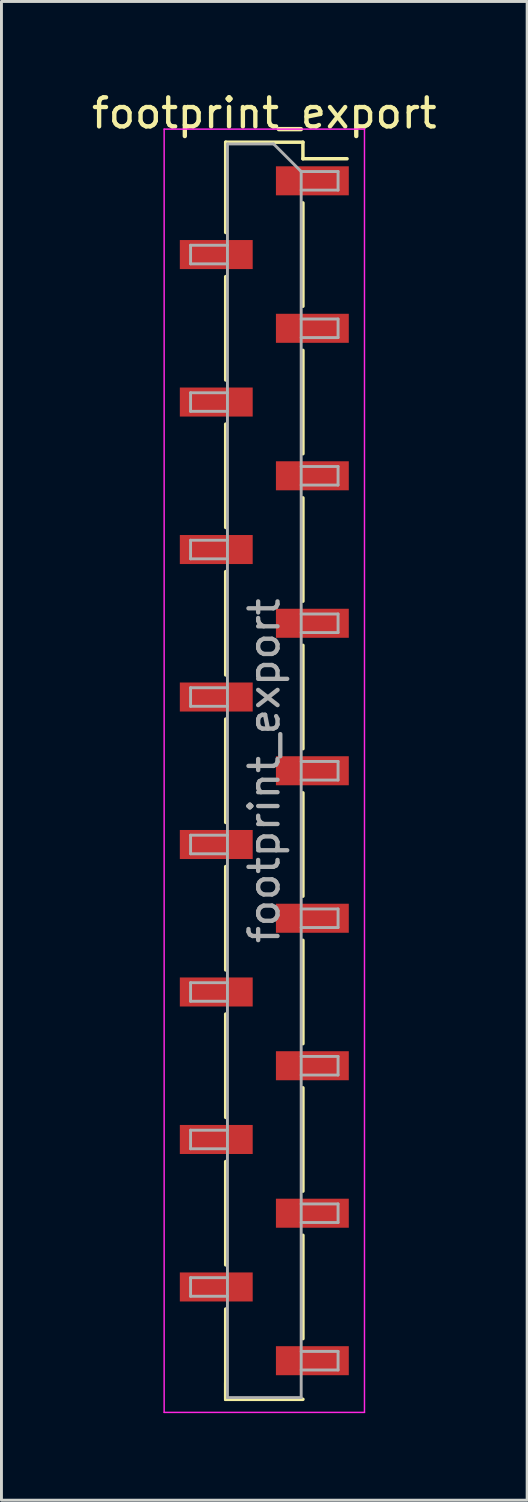
<source format=kicad_pcb>
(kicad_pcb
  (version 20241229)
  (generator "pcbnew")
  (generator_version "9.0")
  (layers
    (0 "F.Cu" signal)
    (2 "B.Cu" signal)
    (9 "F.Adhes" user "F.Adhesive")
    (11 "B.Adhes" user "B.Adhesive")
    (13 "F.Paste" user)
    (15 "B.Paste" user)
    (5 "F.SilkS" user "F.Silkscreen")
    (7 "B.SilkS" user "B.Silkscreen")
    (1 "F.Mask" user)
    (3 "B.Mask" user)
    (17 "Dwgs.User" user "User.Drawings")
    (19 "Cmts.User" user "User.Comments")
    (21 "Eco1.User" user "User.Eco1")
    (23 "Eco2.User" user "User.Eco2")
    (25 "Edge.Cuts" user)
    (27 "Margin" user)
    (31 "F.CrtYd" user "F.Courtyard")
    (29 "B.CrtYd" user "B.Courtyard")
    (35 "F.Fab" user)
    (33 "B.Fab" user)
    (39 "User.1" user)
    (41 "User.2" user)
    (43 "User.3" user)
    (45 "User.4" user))
  (footprint "footprint_export"
    (layer "F.Cu")
    (at 6.054 23.498)
    (property "Reference" "footprint_export" (at 0 -22.65 0) (layer "F.SilkS") (effects (font (size 1 1) (thickness 0.15))))
    (attr smd)
    (fp_line (start -1.33 -21.65) (end -1.33 -18.54) (stroke (width 0.12) (type solid)) (layer "F.SilkS"))
    (fp_line (start -1.33 -21.65) (end 1.33 -21.65) (stroke (width 0.12) (type solid)) (layer "F.SilkS"))
    (fp_line (start -1.33 -17.02) (end -1.33 -13.46) (stroke (width 0.12) (type solid)) (layer "F.SilkS"))
    (fp_line (start -1.33 -11.94) (end -1.33 -8.38) (stroke (width 0.12) (type solid)) (layer "F.SilkS"))
    (fp_line (start -1.33 -6.86) (end -1.33 -3.3) (stroke (width 0.12) (type solid)) (layer "F.SilkS"))
    (fp_line (start -1.33 -1.78) (end -1.33 1.78) (stroke (width 0.12) (type solid)) (layer "F.SilkS"))
    (fp_line (start -1.33 3.3) (end -1.33 6.86) (stroke (width 0.12) (type solid)) (layer "F.SilkS"))
    (fp_line (start -1.33 8.38) (end -1.33 11.94) (stroke (width 0.12) (type solid)) (layer "F.SilkS"))
    (fp_line (start -1.33 13.46) (end -1.33 17.02) (stroke (width 0.12) (type solid)) (layer "F.SilkS"))
    (fp_line (start -1.33 18.54) (end -1.33 21.65) (stroke (width 0.12) (type solid)) (layer "F.SilkS"))
    (fp_line (start -1.33 21.08) (end -1.33 21.65) (stroke (width 0.12) (type solid)) (layer "F.SilkS"))
    (fp_line (start -1.33 21.65) (end 1.33 21.65) (stroke (width 0.12) (type solid)) (layer "F.SilkS"))
    (fp_line (start 1.33 -21.65) (end 1.33 -21.08) (stroke (width 0.12) (type solid)) (layer "F.SilkS"))
    (fp_line (start 1.33 -21.08) (end 2.85 -21.08) (stroke (width 0.12) (type solid)) (layer "F.SilkS"))
    (fp_line (start 1.33 -19.56) (end 1.33 -16) (stroke (width 0.12) (type solid)) (layer "F.SilkS"))
    (fp_line (start 1.33 -14.48) (end 1.33 -10.92) (stroke (width 0.12) (type solid)) (layer "F.SilkS"))
    (fp_line (start 1.33 -9.4) (end 1.33 -5.84) (stroke (width 0.12) (type solid)) (layer "F.SilkS"))
    (fp_line (start 1.33 -4.32) (end 1.33 -0.76) (stroke (width 0.12) (type solid)) (layer "F.SilkS"))
    (fp_line (start 1.33 0.76) (end 1.33 4.32) (stroke (width 0.12) (type solid)) (layer "F.SilkS"))
    (fp_line (start 1.33 5.84) (end 1.33 9.4) (stroke (width 0.12) (type solid)) (layer "F.SilkS"))
    (fp_line (start 1.33 10.92) (end 1.33 14.48) (stroke (width 0.12) (type solid)) (layer "F.SilkS"))
    (fp_line (start 1.33 16) (end 1.33 19.56) (stroke (width 0.12) (type solid)) (layer "F.SilkS"))
    (fp_line (start -3.45 -22.1) (end -3.45 22.1) (stroke (width 0.05) (type solid)) (layer "F.CrtYd"))
    (fp_line (start -3.45 22.1) (end 3.45 22.1) (stroke (width 0.05) (type solid)) (layer "F.CrtYd"))
    (fp_line (start 3.45 -22.1) (end -3.45 -22.1) (stroke (width 0.05) (type solid)) (layer "F.CrtYd"))
    (fp_line (start 3.45 22.1) (end 3.45 -22.1) (stroke (width 0.05) (type solid)) (layer "F.CrtYd"))
    (fp_line (start -2.54 -18.1) (end -2.54 -17.46) (stroke (width 0.1) (type solid)) (layer "F.Fab"))
    (fp_line (start -2.54 -17.46) (end -1.27 -17.46) (stroke (width 0.1) (type solid)) (layer "F.Fab"))
    (fp_line (start -2.54 -13.02) (end -2.54 -12.38) (stroke (width 0.1) (type solid)) (layer "F.Fab"))
    (fp_line (start -2.54 -12.38) (end -1.27 -12.38) (stroke (width 0.1) (type solid)) (layer "F.Fab"))
    (fp_line (start -2.54 -7.94) (end -2.54 -7.3) (stroke (width 0.1) (type solid)) (layer "F.Fab"))
    (fp_line (start -2.54 -7.3) (end -1.27 -7.3) (stroke (width 0.1) (type solid)) (layer "F.Fab"))
    (fp_line (start -2.54 -2.86) (end -2.54 -2.22) (stroke (width 0.1) (type solid)) (layer "F.Fab"))
    (fp_line (start -2.54 -2.22) (end -1.27 -2.22) (stroke (width 0.1) (type solid)) (layer "F.Fab"))
    (fp_line (start -2.54 2.22) (end -2.54 2.86) (stroke (width 0.1) (type solid)) (layer "F.Fab"))
    (fp_line (start -2.54 2.86) (end -1.27 2.86) (stroke (width 0.1) (type solid)) (layer "F.Fab"))
    (fp_line (start -2.54 7.3) (end -2.54 7.94) (stroke (width 0.1) (type solid)) (layer "F.Fab"))
    (fp_line (start -2.54 7.94) (end -1.27 7.94) (stroke (width 0.1) (type solid)) (layer "F.Fab"))
    (fp_line (start -2.54 12.38) (end -2.54 13.02) (stroke (width 0.1) (type solid)) (layer "F.Fab"))
    (fp_line (start -2.54 13.02) (end -1.27 13.02) (stroke (width 0.1) (type solid)) (layer "F.Fab"))
    (fp_line (start -2.54 17.46) (end -2.54 18.1) (stroke (width 0.1) (type solid)) (layer "F.Fab"))
    (fp_line (start -2.54 18.1) (end -1.27 18.1) (stroke (width 0.1) (type solid)) (layer "F.Fab"))
    (fp_line (start -1.27 -21.59) (end -1.27 21.59) (stroke (width 0.1) (type solid)) (layer "F.Fab"))
    (fp_line (start -1.27 -21.59) (end 0.32 -21.59) (stroke (width 0.1) (type solid)) (layer "F.Fab"))
    (fp_line (start -1.27 -18.1) (end -2.54 -18.1) (stroke (width 0.1) (type solid)) (layer "F.Fab"))
    (fp_line (start -1.27 -13.02) (end -2.54 -13.02) (stroke (width 0.1) (type solid)) (layer "F.Fab"))
    (fp_line (start -1.27 -7.94) (end -2.54 -7.94) (stroke (width 0.1) (type solid)) (layer "F.Fab"))
    (fp_line (start -1.27 -2.86) (end -2.54 -2.86) (stroke (width 0.1) (type solid)) (layer "F.Fab"))
    (fp_line (start -1.27 2.22) (end -2.54 2.22) (stroke (width 0.1) (type solid)) (layer "F.Fab"))
    (fp_line (start -1.27 7.3) (end -2.54 7.3) (stroke (width 0.1) (type solid)) (layer "F.Fab"))
    (fp_line (start -1.27 12.38) (end -2.54 12.38) (stroke (width 0.1) (type solid)) (layer "F.Fab"))
    (fp_line (start -1.27 17.46) (end -2.54 17.46) (stroke (width 0.1) (type solid)) (layer "F.Fab"))
    (fp_line (start 1.27 -20.64) (end 0.32 -21.59) (stroke (width 0.1) (type solid)) (layer "F.Fab"))
    (fp_line (start 1.27 -20.64) (end 2.54 -20.64) (stroke (width 0.1) (type solid)) (layer "F.Fab"))
    (fp_line (start 1.27 -15.56) (end 2.54 -15.56) (stroke (width 0.1) (type solid)) (layer "F.Fab"))
    (fp_line (start 1.27 -10.48) (end 2.54 -10.48) (stroke (width 0.1) (type solid)) (layer "F.Fab"))
    (fp_line (start 1.27 -5.4) (end 2.54 -5.4) (stroke (width 0.1) (type solid)) (layer "F.Fab"))
    (fp_line (start 1.27 -0.32) (end 2.54 -0.32) (stroke (width 0.1) (type solid)) (layer "F.Fab"))
    (fp_line (start 1.27 4.76) (end 2.54 4.76) (stroke (width 0.1) (type solid)) (layer "F.Fab"))
    (fp_line (start 1.27 9.84) (end 2.54 9.84) (stroke (width 0.1) (type solid)) (layer "F.Fab"))
    (fp_line (start 1.27 14.92) (end 2.54 14.92) (stroke (width 0.1) (type solid)) (layer "F.Fab"))
    (fp_line (start 1.27 20) (end 2.54 20) (stroke (width 0.1) (type solid)) (layer "F.Fab"))
    (fp_line (start 1.27 21.59) (end -1.27 21.59) (stroke (width 0.1) (type solid)) (layer "F.Fab"))
    (fp_line (start 1.27 21.59) (end 1.27 -20.64) (stroke (width 0.1) (type solid)) (layer "F.Fab"))
    (fp_line (start 2.54 -20.64) (end 2.54 -20) (stroke (width 0.1) (type solid)) (layer "F.Fab"))
    (fp_line (start 2.54 -20) (end 1.27 -20) (stroke (width 0.1) (type solid)) (layer "F.Fab"))
    (fp_line (start 2.54 -15.56) (end 2.54 -14.92) (stroke (width 0.1) (type solid)) (layer "F.Fab"))
    (fp_line (start 2.54 -14.92) (end 1.27 -14.92) (stroke (width 0.1) (type solid)) (layer "F.Fab"))
    (fp_line (start 2.54 -10.48) (end 2.54 -9.84) (stroke (width 0.1) (type solid)) (layer "F.Fab"))
    (fp_line (start 2.54 -9.84) (end 1.27 -9.84) (stroke (width 0.1) (type solid)) (layer "F.Fab"))
    (fp_line (start 2.54 -5.4) (end 2.54 -4.76) (stroke (width 0.1) (type solid)) (layer "F.Fab"))
    (fp_line (start 2.54 -4.76) (end 1.27 -4.76) (stroke (width 0.1) (type solid)) (layer "F.Fab"))
    (fp_line (start 2.54 -0.32) (end 2.54 0.32) (stroke (width 0.1) (type solid)) (layer "F.Fab"))
    (fp_line (start 2.54 0.32) (end 1.27 0.32) (stroke (width 0.1) (type solid)) (layer "F.Fab"))
    (fp_line (start 2.54 4.76) (end 2.54 5.4) (stroke (width 0.1) (type solid)) (layer "F.Fab"))
    (fp_line (start 2.54 5.4) (end 1.27 5.4) (stroke (width 0.1) (type solid)) (layer "F.Fab"))
    (fp_line (start 2.54 9.84) (end 2.54 10.48) (stroke (width 0.1) (type solid)) (layer "F.Fab"))
    (fp_line (start 2.54 10.48) (end 1.27 10.48) (stroke (width 0.1) (type solid)) (layer "F.Fab"))
    (fp_line (start 2.54 14.92) (end 2.54 15.56) (stroke (width 0.1) (type solid)) (layer "F.Fab"))
    (fp_line (start 2.54 15.56) (end 1.27 15.56) (stroke (width 0.1) (type solid)) (layer "F.Fab"))
    (fp_line (start 2.54 20) (end 2.54 20.64) (stroke (width 0.1) (type solid)) (layer "F.Fab"))
    (fp_line (start 2.54 20.64) (end 1.27 20.64) (stroke (width 0.1) (type solid)) (layer "F.Fab"))
    (fp_text user "${REFERENCE}" (at 0 0 90) (layer "F.Fab") (effects (font (size 1 1) (thickness 0.15))))
    (pad "1" smd rect (at 1.655 -20.32) (size 2.51 1) (layers "F.Cu" "F.Mask" "F.Paste"))
    (pad "2" smd rect (at -1.655 -17.78) (size 2.51 1) (layers "F.Cu" "F.Mask" "F.Paste"))
    (pad "3" smd rect (at 1.655 -15.24) (size 2.51 1) (layers "F.Cu" "F.Mask" "F.Paste"))
    (pad "4" smd rect (at -1.655 -12.7) (size 2.51 1) (layers "F.Cu" "F.Mask" "F.Paste"))
    (pad "5" smd rect (at 1.655 -10.16) (size 2.51 1) (layers "F.Cu" "F.Mask" "F.Paste"))
    (pad "6" smd rect (at -1.655 -7.62) (size 2.51 1) (layers "F.Cu" "F.Mask" "F.Paste"))
    (pad "7" smd rect (at 1.655 -5.08) (size 2.51 1) (layers "F.Cu" "F.Mask" "F.Paste"))
    (pad "8" smd rect (at -1.655 -2.54) (size 2.51 1) (layers "F.Cu" "F.Mask" "F.Paste"))
    (pad "9" smd rect (at 1.655 0) (size 2.51 1) (layers "F.Cu" "F.Mask" "F.Paste"))
    (pad "10" smd rect (at -1.655 2.54) (size 2.51 1) (layers "F.Cu" "F.Mask" "F.Paste"))
    (pad "11" smd rect (at 1.655 5.08) (size 2.51 1) (layers "F.Cu" "F.Mask" "F.Paste"))
    (pad "12" smd rect (at -1.655 7.62) (size 2.51 1) (layers "F.Cu" "F.Mask" "F.Paste"))
    (pad "13" smd rect (at 1.655 10.16) (size 2.51 1) (layers "F.Cu" "F.Mask" "F.Paste"))
    (pad "14" smd rect (at -1.655 12.7) (size 2.51 1) (layers "F.Cu" "F.Mask" "F.Paste"))
    (pad "15" smd rect (at 1.655 15.24) (size 2.51 1) (layers "F.Cu" "F.Mask" "F.Paste"))
    (pad "16" smd rect (at -1.655 17.78) (size 2.51 1) (layers "F.Cu" "F.Mask" "F.Paste"))
    (pad "17" smd rect (at 1.655 20.32) (size 2.51 1) (layers "F.Cu" "F.Mask" "F.Paste")))
  (gr_rect
    (start -3 -3)
    (end 15.107 48.623)
    (stroke (width 0.1) (type default))
    (fill no)
    (layer "Edge.Cuts")))
</source>
